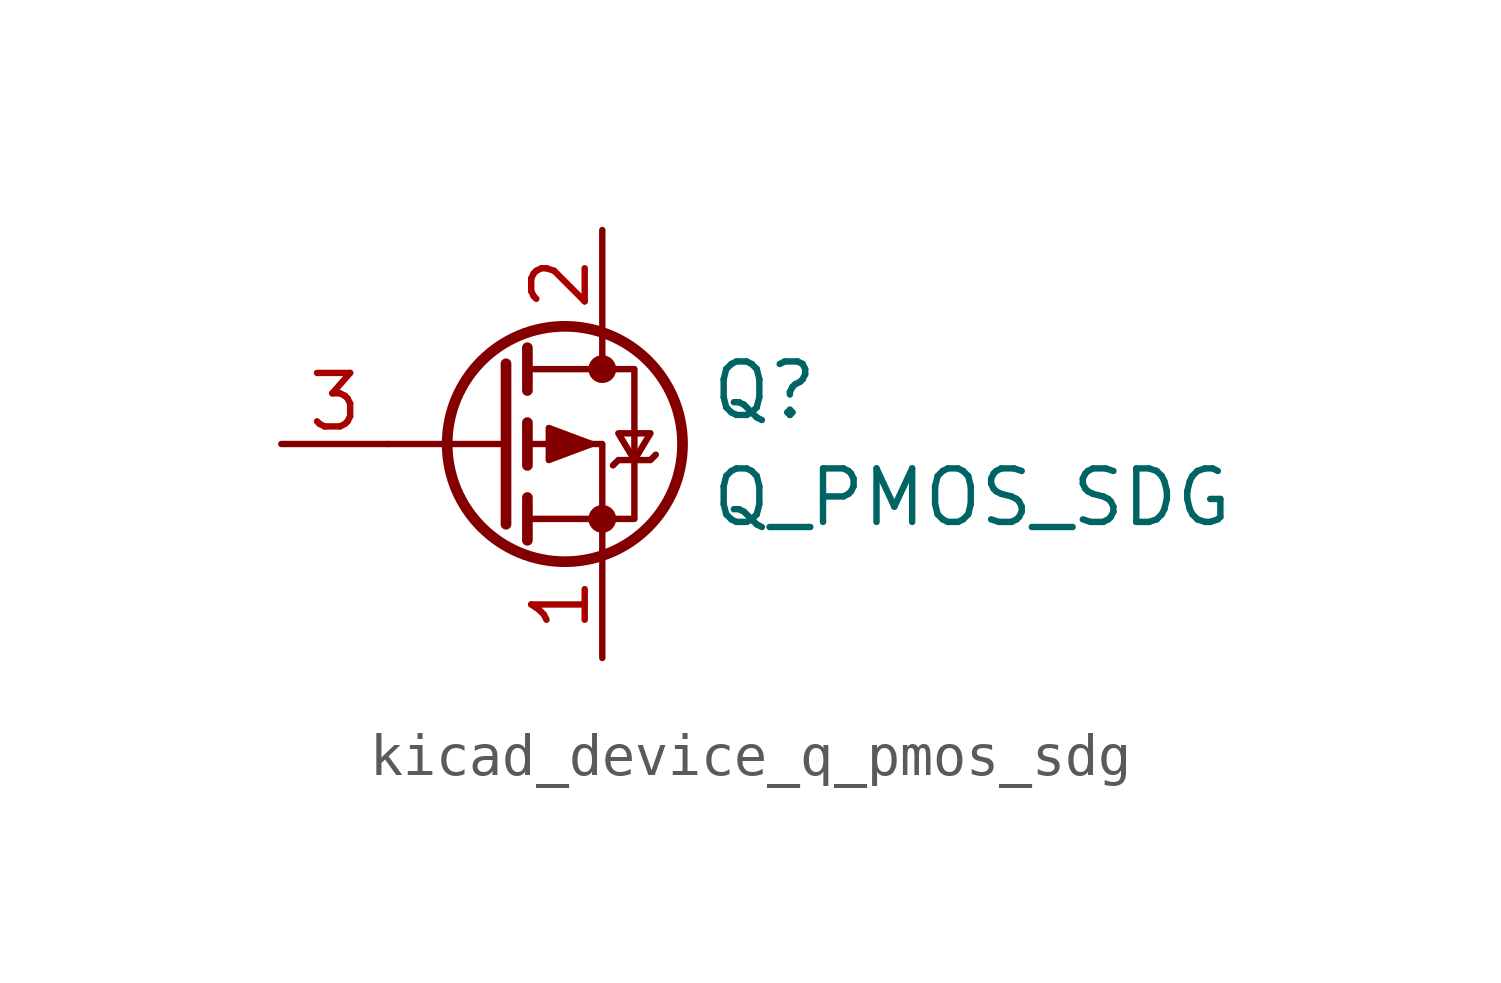
<source format=kicad_sym>
(kicad_symbol_lib
  (version 20220914)
  (generator kicad_symbol_editor)
  (symbol "kicad_device_q_pmos_sdg"
    (pin_names
      (offset 0) hide)
    (property "Reference" "Q"
      (at 5.08 1.27 0)
      (effects (font (size 1.27 1.27)) (justify left)))
    (property "Value" "Q_PMOS_SDG"
      (at 5.08 -1.27 0)
      (effects (font (size 1.27 1.27)) (justify left)))
    (symbol "kicad_device_q_pmos_sdg_0_1"
      (polyline (pts (xy 0.254 0) (xy -2.54 0)) (stroke (width 0) (type default)) (fill (type none)))
      (polyline (pts (xy 0.254 1.905) (xy 0.254 -1.905)) (stroke (width 0.254) (type default)) (fill (type none)))
      (polyline (pts (xy 0.762 -1.27) (xy 0.762 -2.286)) (stroke (width 0.254) (type default)) (fill (type none)))
      (polyline (pts (xy 0.762 0.508) (xy 0.762 -0.508)) (stroke (width 0.254) (type default)) (fill (type none)))
      (polyline (pts (xy 0.762 2.286) (xy 0.762 1.27)) (stroke (width 0.254) (type default)) (fill (type none)))
      (polyline (pts (xy 2.54 2.54) (xy 2.54 1.778)) (stroke (width 0) (type default)) (fill (type none)))
      (polyline (pts (xy 2.54 -2.54) (xy 2.54 0) (xy 0.762 0)) (stroke (width 0) (type default)) (fill (type none)))
      (polyline (pts (xy 0.762 1.778) (xy 3.302 1.778) (xy 3.302 -1.778) (xy 0.762 -1.778)) (stroke (width 0) (type default)) (fill (type none)))
      (polyline (pts (xy 2.286 0) (xy 1.27 0.381) (xy 1.27 -0.381) (xy 2.286 0)) (stroke (width 0) (type default)) (fill (type outline)))
      (polyline (pts (xy 2.794 -0.508) (xy 2.921 -0.381) (xy 3.683 -0.381) (xy 3.81 -0.254)) (stroke (width 0) (type default)) (fill (type none)))
      (polyline (pts (xy 3.302 -0.381) (xy 2.921 0.254) (xy 3.683 0.254) (xy 3.302 -0.381)) (stroke (width 0) (type default)) (fill (type none)))
      (circle (center 1.651 0) (radius 2.794) (stroke (width 0.254) (type default)) (fill (type none)))
      (circle (center 2.54 -1.778) (radius 0.254) (stroke (width 0) (type default)) (fill (type outline)))
      (circle (center 2.54 1.778) (radius 0.254) (stroke (width 0) (type default)) (fill (type outline))))
    (symbol "kicad_device_q_pmos_sdg_1_1"
      (pin passive line (at 2.54 -5.08 90) (length 2.54) (name "S" (effects (font (size 1.27 1.27)))) (number "1" (effects (font (size 1.27 1.27)))))
      (pin passive line (at 2.54 5.08 270) (length 2.54) (name "D" (effects (font (size 1.27 1.27)))) (number "2" (effects (font (size 1.27 1.27)))))
      (pin input line (at -5.08 0 0) (length 2.54) (name "G" (effects (font (size 1.27 1.27)))) (number "3" (effects (font (size 1.27 1.27))))))))
</source>
